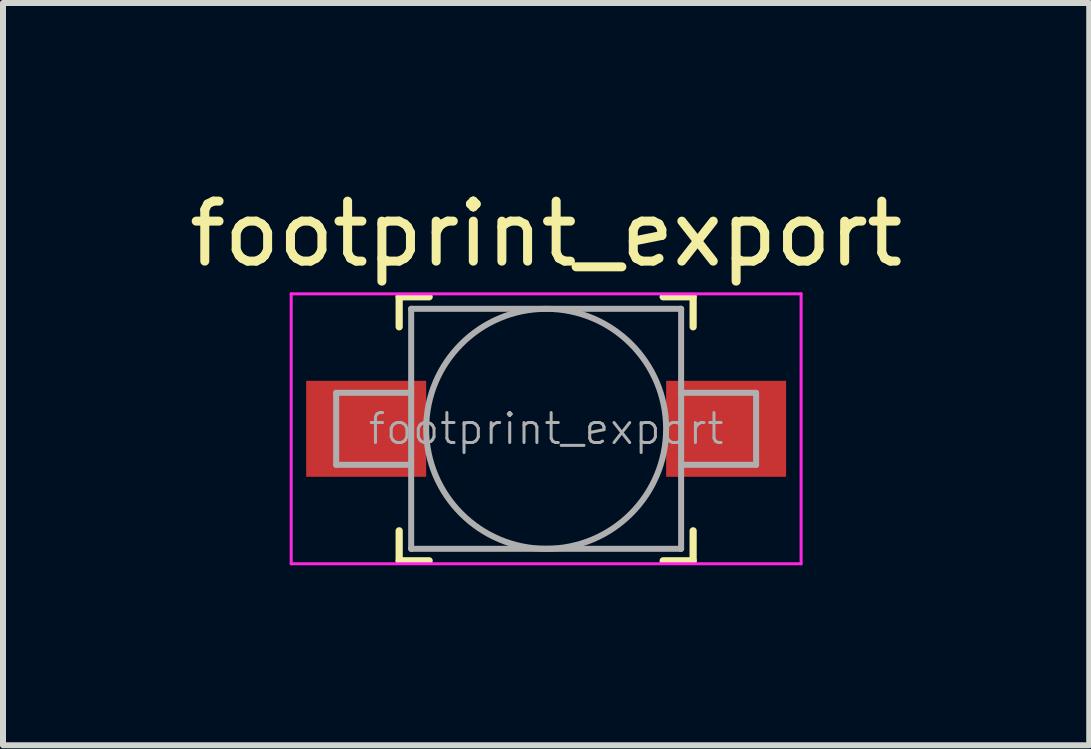
<source format=kicad_pcb>
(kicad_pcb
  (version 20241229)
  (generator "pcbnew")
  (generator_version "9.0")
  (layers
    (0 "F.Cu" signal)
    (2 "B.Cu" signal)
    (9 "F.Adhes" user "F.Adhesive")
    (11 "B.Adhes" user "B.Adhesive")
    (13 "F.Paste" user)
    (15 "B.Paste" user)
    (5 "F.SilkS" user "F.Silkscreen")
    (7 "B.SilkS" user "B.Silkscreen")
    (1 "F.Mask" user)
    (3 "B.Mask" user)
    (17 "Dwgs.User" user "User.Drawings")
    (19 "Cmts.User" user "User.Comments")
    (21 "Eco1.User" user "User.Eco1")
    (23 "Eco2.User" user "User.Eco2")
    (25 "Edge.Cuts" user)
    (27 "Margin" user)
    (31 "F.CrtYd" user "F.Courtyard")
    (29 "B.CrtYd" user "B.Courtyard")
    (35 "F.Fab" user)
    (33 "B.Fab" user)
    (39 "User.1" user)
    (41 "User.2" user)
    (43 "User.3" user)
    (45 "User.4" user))
  (footprint "footprint_export"
    (layer "F.Cu")
    (at 6.054 4.098)
    (property "Reference" "footprint_export" (at 0 -3.25 0) (layer "F.SilkS") (effects (font (size 1 1) (thickness 0.15))))
    (attr smd)
    (fp_line (start -2.45 -2.2) (end -2.45 -1.7) (stroke (width 0.12) (type solid)) (layer "F.SilkS"))
    (fp_line (start -2.45 -2.2) (end -1.95 -2.2) (stroke (width 0.12) (type solid)) (layer "F.SilkS"))
    (fp_line (start -2.45 2.2) (end -2.45 1.7) (stroke (width 0.12) (type solid)) (layer "F.SilkS"))
    (fp_line (start -2.45 2.2) (end -1.95 2.2) (stroke (width 0.12) (type solid)) (layer "F.SilkS"))
    (fp_line (start 2.45 -2.2) (end 1.95 -2.2) (stroke (width 0.12) (type solid)) (layer "F.SilkS"))
    (fp_line (start 2.45 -2.2) (end 2.45 -1.7) (stroke (width 0.12) (type solid)) (layer "F.SilkS"))
    (fp_line (start 2.45 2.2) (end 1.95 2.2) (stroke (width 0.12) (type solid)) (layer "F.SilkS"))
    (fp_line (start 2.45 2.2) (end 2.45 1.7) (stroke (width 0.12) (type solid)) (layer "F.SilkS"))
    (fp_line (start -4.25 -2.25) (end -4.25 2.25) (stroke (width 0.05) (type solid)) (layer "F.CrtYd"))
    (fp_line (start -4.25 2.25) (end 4.25 2.25) (stroke (width 0.05) (type solid)) (layer "F.CrtYd"))
    (fp_line (start 4.25 -2.25) (end -4.25 -2.25) (stroke (width 0.05) (type solid)) (layer "F.CrtYd"))
    (fp_line (start 4.25 2.25) (end 4.25 -2.25) (stroke (width 0.05) (type solid)) (layer "F.CrtYd"))
    (fp_line (start -3.5 -0.6) (end -3.5 0.6) (stroke (width 0.1) (type solid)) (layer "F.Fab"))
    (fp_line (start -3.5 0.6) (end -2.25 0.6) (stroke (width 0.1) (type solid)) (layer "F.Fab"))
    (fp_line (start -2.25 -2) (end -2.24 -2) (stroke (width 0.1) (type solid)) (layer "F.Fab"))
    (fp_line (start -2.25 -1.99) (end -2.25 -2) (stroke (width 0.1) (type solid)) (layer "F.Fab"))
    (fp_line (start -2.25 -0.6) (end -3.5 -0.6) (stroke (width 0.1) (type solid)) (layer "F.Fab"))
    (fp_line (start -2.25 1.99) (end -2.25 -1.99) (stroke (width 0.1) (type solid)) (layer "F.Fab"))
    (fp_line (start -2.25 2) (end -2.25 1.99) (stroke (width 0.1) (type solid)) (layer "F.Fab"))
    (fp_line (start -2.24 -2) (end 2.24 -2) (stroke (width 0.1) (type solid)) (layer "F.Fab"))
    (fp_line (start -2.24 2) (end -2.25 2) (stroke (width 0.1) (type solid)) (layer "F.Fab"))
    (fp_line (start 2.24 -2) (end 2.25 -2) (stroke (width 0.1) (type solid)) (layer "F.Fab"))
    (fp_line (start 2.24 2) (end -2.24 2) (stroke (width 0.1) (type solid)) (layer "F.Fab"))
    (fp_line (start 2.25 -2) (end 2.25 -1.99) (stroke (width 0.1) (type solid)) (layer "F.Fab"))
    (fp_line (start 2.25 -1.99) (end 2.25 1.99) (stroke (width 0.1) (type solid)) (layer "F.Fab"))
    (fp_line (start 2.25 -0.6) (end 3.5 -0.6) (stroke (width 0.1) (type solid)) (layer "F.Fab"))
    (fp_line (start 2.25 1.99) (end 2.25 2) (stroke (width 0.1) (type solid)) (layer "F.Fab"))
    (fp_line (start 2.25 2) (end 2.24 2) (stroke (width 0.1) (type solid)) (layer "F.Fab"))
    (fp_line (start 3.5 -0.6) (end 3.5 0.6) (stroke (width 0.1) (type solid)) (layer "F.Fab"))
    (fp_line (start 3.5 0.6) (end 2.25 0.6) (stroke (width 0.1) (type solid)) (layer "F.Fab"))
    (fp_circle (center 0 0) (end 2 0) (stroke (width 0.1) (type solid)) (fill no) (layer "F.Fab"))
    (fp_text user "${REFERENCE}" (at 0 0 0) (layer "F.Fab") (effects (font (size 0.5 0.5) (thickness 0.05))))
    (pad "1" smd rect (at -3 0) (size 2 1.6) (layers "F.Cu" "F.Mask" "F.Paste"))
    (pad "2" smd rect (at 3 0) (size 2 1.6) (layers "F.Cu" "F.Mask" "F.Paste")))
  (gr_rect
    (start -3 -3)
    (end 15.107 9.373)
    (stroke (width 0.1) (type default))
    (fill no)
    (layer "Edge.Cuts")))
</source>
